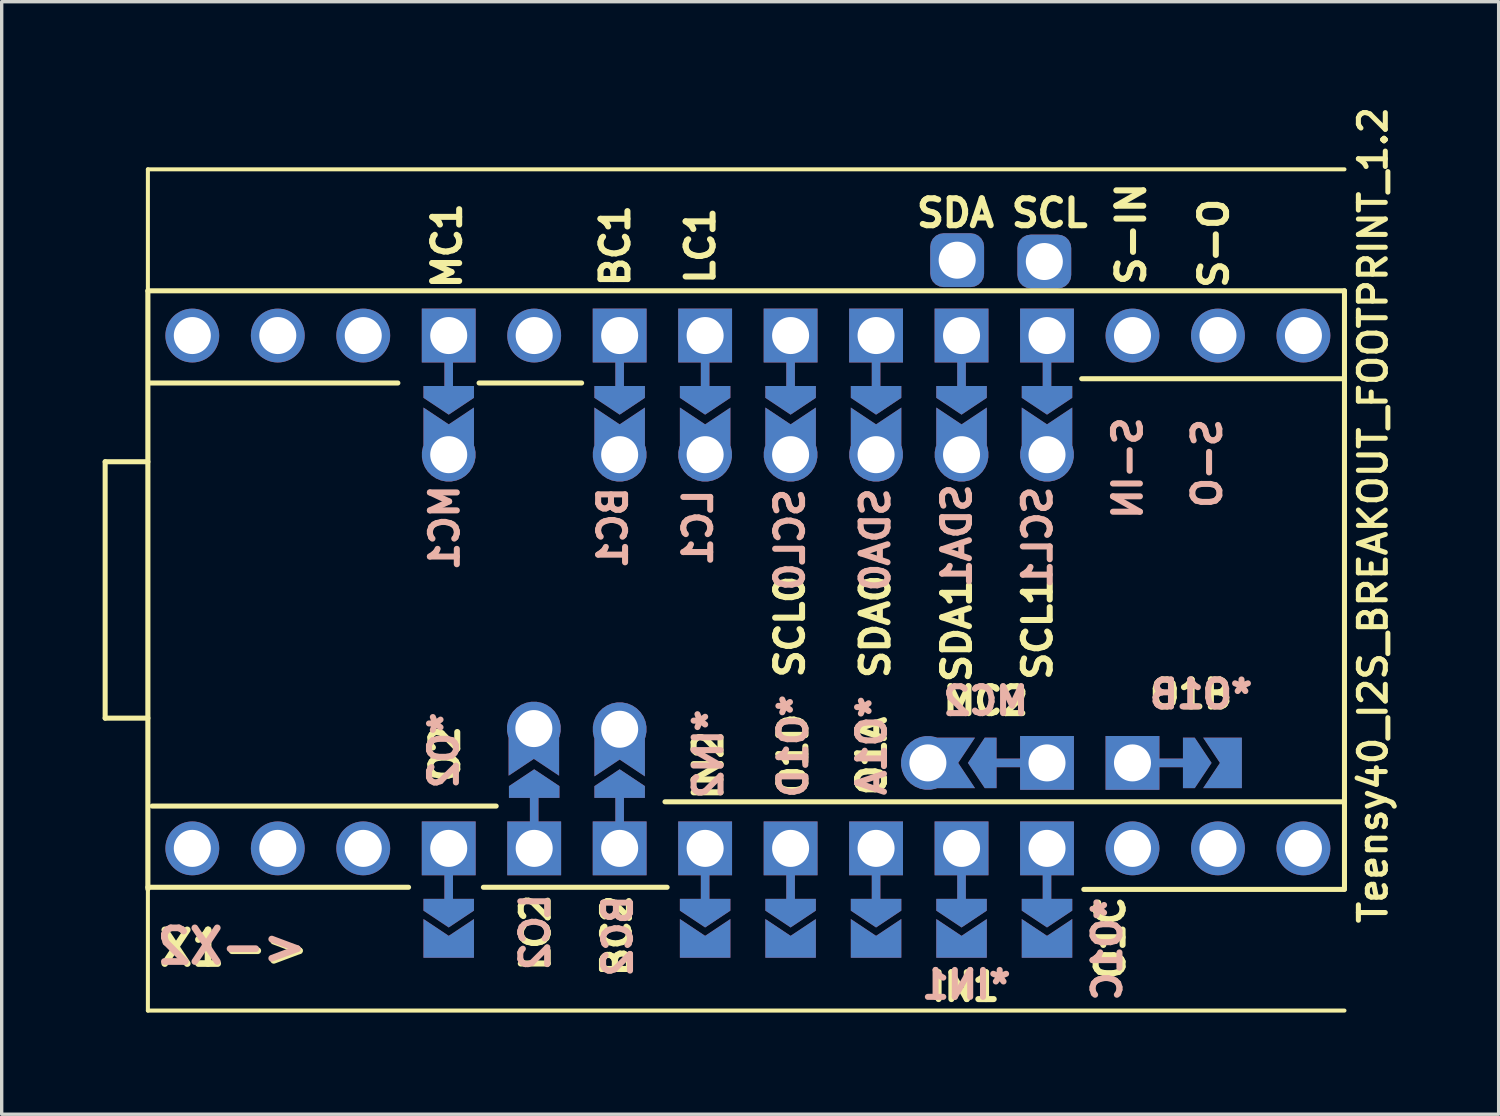
<source format=kicad_pcb>
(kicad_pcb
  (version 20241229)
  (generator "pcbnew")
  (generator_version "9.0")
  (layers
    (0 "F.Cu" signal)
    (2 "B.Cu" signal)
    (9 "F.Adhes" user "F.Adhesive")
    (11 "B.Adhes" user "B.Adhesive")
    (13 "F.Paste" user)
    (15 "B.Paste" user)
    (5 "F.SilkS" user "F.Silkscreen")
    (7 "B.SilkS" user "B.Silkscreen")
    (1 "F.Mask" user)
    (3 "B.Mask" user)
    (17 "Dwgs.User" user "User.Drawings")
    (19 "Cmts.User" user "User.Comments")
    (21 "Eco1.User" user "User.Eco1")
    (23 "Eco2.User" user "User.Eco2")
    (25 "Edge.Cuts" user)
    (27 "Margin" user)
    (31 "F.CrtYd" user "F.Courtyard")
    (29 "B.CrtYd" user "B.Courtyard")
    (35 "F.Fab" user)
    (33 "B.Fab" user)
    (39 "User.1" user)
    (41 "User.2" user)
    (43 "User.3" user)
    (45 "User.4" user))
  (footprint "Teensy40_I2S_BREAKOUT_FOOTPRINT_1.2"
    (layer "F.Cu")
    (at 1.345 1.982)
    (property "Reference" "Teensy40_I2S_BREAKOUT_FOOTPRINT_1.2" (at 36.411 10.277 270) (layer "F.SilkS") (effects (font (size 0.8 0.8) (thickness 0.15))))
    (attr through_hole)
    (fp_poly (pts (xy 8.255 6.54) (xy 9.652 6.604) (xy 9.652 7.62) (xy 8.255 7.556)) (stroke (width 0.1) (type solid)) (fill yes) (layer "F.Mask"))
    (fp_poly (pts (xy 9.629 23.33) (xy 8.232 23.33) (xy 8.232 21.86) (xy 9.629 21.86)) (stroke (width 0.1) (type solid)) (fill yes) (layer "F.Mask"))
    (fp_poly (pts (xy 10.763 17.13) (xy 12.16 17.193) (xy 12.16 18.59) (xy 10.763 18.526)) (stroke (width 0.1) (type solid)) (fill yes) (layer "F.Mask"))
    (fp_poly (pts (xy 13.323 6.506) (xy 14.72 6.57) (xy 14.72 7.967) (xy 13.323 7.904)) (stroke (width 0.1) (type solid)) (fill yes) (layer "F.Mask"))
    (fp_poly (pts (xy 13.323 17.189) (xy 14.72 17.253) (xy 14.72 18.65) (xy 13.323 18.587)) (stroke (width 0.1) (type solid)) (fill yes) (layer "F.Mask"))
    (fp_poly (pts (xy 15.87 6.53) (xy 17.267 6.593) (xy 17.267 7.99) (xy 15.87 7.927)) (stroke (width 0.1) (type solid)) (fill yes) (layer "F.Mask"))
    (fp_poly (pts (xy 17.268 23.35) (xy 15.871 23.35) (xy 15.882 21.76) (xy 17.279 21.76)) (stroke (width 0.1) (type solid)) (fill yes) (layer "F.Mask"))
    (fp_poly (pts (xy 18.403 6.516) (xy 19.8 6.58) (xy 19.8 7.977) (xy 18.403 7.913)) (stroke (width 0.1) (type solid)) (fill yes) (layer "F.Mask"))
    (fp_poly (pts (xy 19.819 23.32) (xy 18.422 23.32) (xy 18.422 21.75) (xy 19.819 21.75)) (stroke (width 0.1) (type solid)) (fill yes) (layer "F.Mask"))
    (fp_poly (pts (xy 20.933 6.506) (xy 22.33 6.57) (xy 22.33 7.967) (xy 20.933 7.904)) (stroke (width 0.1) (type solid)) (fill yes) (layer "F.Mask"))
    (fp_poly (pts (xy 22.338 23.34) (xy 20.942 23.34) (xy 20.962 21.76) (xy 22.358 21.76)) (stroke (width 0.1) (type solid)) (fill yes) (layer "F.Mask"))
    (fp_poly (pts (xy 23.48 6.5) (xy 24.877 6.564) (xy 24.877 7.96) (xy 23.48 7.897)) (stroke (width 0.1) (type solid)) (fill yes) (layer "F.Mask"))
    (fp_poly (pts (xy 24.869 23.37) (xy 23.471 23.37) (xy 23.491 21.73) (xy 24.889 21.73)) (stroke (width 0.1) (type solid)) (fill yes) (layer "F.Mask"))
    (fp_poly (pts (xy 25.2 16.95) (xy 25.137 18.347) (xy 23.739 18.347) (xy 23.803 16.95)) (stroke (width 0.1) (type solid)) (fill yes) (layer "F.Mask"))
    (fp_poly (pts (xy 26.02 6.5) (xy 27.417 6.564) (xy 27.417 7.96) (xy 26.02 7.897)) (stroke (width 0.1) (type solid)) (fill yes) (layer "F.Mask"))
    (fp_poly (pts (xy 27.396 23.332) (xy 25.999 23.332) (xy 25.999 21.76) (xy 27.396 21.76)) (stroke (width 0.1) (type solid)) (fill yes) (layer "F.Mask"))
    (fp_poly (pts (xy 32.31 16.963) (xy 32.247 18.36) (xy 30.85 18.36) (xy 30.913 16.963)) (stroke (width 0.1) (type solid)) (fill yes) (layer "F.Mask"))
    (fp_poly (pts (xy 8.319 6.54) (xy 9.652 6.54) (xy 9.652 7.62) (xy 8.255 7.556)) (stroke (width 0.1) (type solid)) (fill yes) (layer "B.Mask"))
    (fp_poly (pts (xy 9.629 23.32) (xy 8.232 23.32) (xy 8.222 21.74) (xy 9.618 21.74)) (stroke (width 0.1) (type solid)) (fill yes) (layer "B.Mask"))
    (fp_poly (pts (xy 10.803 17.14) (xy 12.2 17.203) (xy 12.2 18.6) (xy 10.803 18.537)) (stroke (width 0.1) (type solid)) (fill yes) (layer "B.Mask"))
    (fp_poly (pts (xy 13.32 6.49) (xy 14.717 6.553) (xy 14.717 7.95) (xy 13.32 7.887)) (stroke (width 0.1) (type solid)) (fill yes) (layer "B.Mask"))
    (fp_poly (pts (xy 13.333 17.14) (xy 14.73 17.203) (xy 14.73 18.6) (xy 13.333 18.537)) (stroke (width 0.1) (type solid)) (fill yes) (layer "B.Mask"))
    (fp_poly (pts (xy 15.87 6.49) (xy 17.267 6.553) (xy 17.267 7.95) (xy 15.87 7.887)) (stroke (width 0.1) (type solid)) (fill yes) (layer "B.Mask"))
    (fp_poly (pts (xy 17.259 23.37) (xy 15.861 23.37) (xy 15.871 21.75) (xy 17.268 21.75)) (stroke (width 0.1) (type solid)) (fill yes) (layer "B.Mask"))
    (fp_poly (pts (xy 18.403 6.476) (xy 19.8 6.54) (xy 19.8 7.937) (xy 18.403 7.873)) (stroke (width 0.1) (type solid)) (fill yes) (layer "B.Mask"))
    (fp_poly (pts (xy 19.799 23.33) (xy 18.401 23.33) (xy 18.381 21.73) (xy 19.779 21.73)) (stroke (width 0.1) (type solid)) (fill yes) (layer "B.Mask"))
    (fp_poly (pts (xy 20.953 6.506) (xy 22.35 6.57) (xy 22.35 7.967) (xy 20.953 7.904)) (stroke (width 0.1) (type solid)) (fill yes) (layer "B.Mask"))
    (fp_poly (pts (xy 22.338 23.34) (xy 20.942 23.34) (xy 20.962 21.74) (xy 22.358 21.74)) (stroke (width 0.1) (type solid)) (fill yes) (layer "B.Mask"))
    (fp_poly (pts (xy 23.49 6.48) (xy 24.887 6.543) (xy 24.887 7.941) (xy 23.49 7.877)) (stroke (width 0.1) (type solid)) (fill yes) (layer "B.Mask"))
    (fp_poly (pts (xy 24.869 23.35) (xy 23.471 23.35) (xy 23.491 21.73) (xy 24.889 21.73)) (stroke (width 0.1) (type solid)) (fill yes) (layer "B.Mask"))
    (fp_poly (pts (xy 25.14 16.95) (xy 25.076 18.347) (xy 23.68 18.347) (xy 23.743 16.95)) (stroke (width 0.1) (type solid)) (fill yes) (layer "B.Mask"))
    (fp_poly (pts (xy 26.01 6.5) (xy 27.407 6.564) (xy 27.407 7.96) (xy 26.01 7.897)) (stroke (width 0.1) (type solid)) (fill yes) (layer "B.Mask"))
    (fp_poly (pts (xy 27.419 23.32) (xy 26.021 23.32) (xy 26.021 21.74) (xy 27.419 21.74)) (stroke (width 0.1) (type solid)) (fill yes) (layer "B.Mask"))
    (fp_poly (pts (xy 32.367 16.94) (xy 32.303 18.337) (xy 30.907 18.337) (xy 30.97 16.94)) (stroke (width 0.1) (type solid)) (fill yes) (layer "B.Mask"))
    (fp_line (start -1.27 8.69) (end 0 8.69) (stroke (width 0.15) (type solid)) (layer "F.SilkS"))
    (fp_line (start -1.27 16.31) (end -1.27 8.69) (stroke (width 0.15) (type solid)) (layer "F.SilkS"))
    (fp_line (start 0 0) (end 0 25) (stroke (width 0.12) (type solid)) (layer "F.SilkS"))
    (fp_line (start 0 0) (end 35.56 0) (stroke (width 0.12) (type solid)) (layer "F.SilkS"))
    (fp_line (start 0 3.61) (end 0 21.39) (stroke (width 0.15) (type solid)) (layer "F.SilkS"))
    (fp_line (start 0 16.31) (end -1.27 16.31) (stroke (width 0.15) (type solid)) (layer "F.SilkS"))
    (fp_line (start 0 21.336) (end 7.747 21.336) (stroke (width 0.15) (type solid)) (layer "F.SilkS"))
    (fp_line (start 0 25) (end 35.56 25) (stroke (width 0.12) (type solid)) (layer "F.SilkS"))
    (fp_line (start 0.064 6.35) (end 7.429 6.35) (stroke (width 0.15) (type solid)) (layer "F.SilkS"))
    (fp_line (start 0.127 18.923) (end 10.351 18.923) (stroke (width 0.15) (type solid)) (layer "F.SilkS"))
    (fp_line (start 9.842 6.35) (end 12.89 6.35) (stroke (width 0.15) (type solid)) (layer "F.SilkS"))
    (fp_line (start 9.97 21.336) (end 15.431 21.336) (stroke (width 0.15) (type solid)) (layer "F.SilkS"))
    (fp_line (start 15.367 18.796) (end 35.56 18.796) (stroke (width 0.15) (type solid)) (layer "F.SilkS"))
    (fp_line (start 27.75 6.223) (end 35.56 6.223) (stroke (width 0.15) (type solid)) (layer "F.SilkS"))
    (fp_line (start 27.813 21.399) (end 35.56 21.399) (stroke (width 0.15) (type solid)) (layer "F.SilkS"))
    (fp_line (start 35.56 3.61) (end 0 3.61) (stroke (width 0.15) (type solid)) (layer "F.SilkS"))
    (fp_line (start 35.56 21.39) (end 35.56 3.61) (stroke (width 0.15) (type solid)) (layer "F.SilkS"))
    (fp_text user "LC1" (at 16.42 2.27 90) (layer "F.SilkS") (effects (font (size 0.8 0.8) (thickness 0.18))))
    (fp_text user "SCL1" (at 26.44 13.66 90) (layer "F.SilkS") (effects (font (size 0.8 0.8) (thickness 0.18))))
    (fp_text user "LC2" (at 11.521 22.687 90) (layer "F.SilkS") (effects (font (size 0.8 0.8) (thickness 0.18))))
    (fp_text user "BC1" (at 13.89 2.27 90) (layer "F.SilkS") (effects (font (size 0.8 0.8) (thickness 0.18))))
    (fp_text user "IN1" (at 24.298 24.298 180) (layer "F.SilkS") (effects (font (size 0.8 0.8) (thickness 0.18))))
    (fp_text user "SDA" (at 24 1.3 0) (layer "F.SilkS") (effects (font (size 0.8 0.8) (thickness 0.18))))
    (fp_text user "MC2" (at 24.9 15.8 0) (layer "F.SilkS") (effects (font (size 0.8 0.8) (thickness 0.18))))
    (fp_text user "BC2" (at 13.934 22.774 90) (layer "F.SilkS") (effects (font (size 0.8 0.8) (thickness 0.18))))
    (fp_text user "SDA1" (at 24.04 13.71 90) (layer "F.SilkS") (effects (font (size 0.8 0.8) (thickness 0.18))))
    (fp_text user "SCL0" (at 19.08 13.59 90) (layer "F.SilkS") (effects (font (size 0.8 0.8) (thickness 0.18))))
    (fp_text user "O1D" (at 19.177 17.399 90) (layer "F.SilkS") (effects (font (size 0.8 0.8) (thickness 0.18))))
    (fp_text user "SDA0" (at 21.62 13.59 90) (layer "F.SilkS") (effects (font (size 0.8 0.8) (thickness 0.18))))
    (fp_text user "O1A" (at 21.514 17.435 90) (layer "F.SilkS") (effects (font (size 0.8 0.8) (thickness 0.18))))
    (fp_text user "O1C" (at 28.605 22.84 90) (layer "F.SilkS") (effects (font (size 0.8 0.8) (thickness 0.18))))
    (fp_text user "S-O" (at 31.68 2.2 90) (layer "F.SilkS") (effects (font (size 0.8 0.8) (thickness 0.18))))
    (fp_text user "O2" (at 8.833 17.37 90) (layer "F.SilkS") (effects (font (size 0.8 0.8) (thickness 0.18))))
    (fp_text user "O1B" (at 31 15.6 0) (layer "F.SilkS") (effects (font (size 0.8 0.8) (thickness 0.18))))
    (fp_text user "X1->" (at 2.55 23.15 0) (layer "F.SilkS") (effects (font (size 1 1) (thickness 0.2))))
    (fp_text user "IN2" (at 16.657 17.714 90) (layer "F.SilkS") (effects (font (size 0.8 0.8) (thickness 0.18))))
    (fp_text user "S-IN" (at 29.22 1.92 90) (layer "F.SilkS") (effects (font (size 0.8 0.8) (thickness 0.18))))
    (fp_text user "MC1" (at 8.89 2.27 90) (layer "F.SilkS") (effects (font (size 0.8 0.8) (thickness 0.18))))
    (fp_text user "SCL" (at 26.8 1.3 0) (layer "F.SilkS") (effects (font (size 0.8 0.8) (thickness 0.18))))
    (fp_text user "<-X2" (at 2.49 23.09 0) (layer "B.SilkS") (effects (font (size 1 1) (thickness 0.2)) (justify mirror)))
    (fp_text user "*O1A" (at 21.514 17.125 90) (layer "B.SilkS") (effects (font (size 0.8 0.8) (thickness 0.18)) (justify mirror)))
    (fp_text user "S-IN" (at 29.12 8.88 90) (layer "B.SilkS") (effects (font (size 0.8 0.8) (thickness 0.18)) (justify mirror)))
    (fp_text user "LC1" (at 16.35 10.65 90) (layer "B.SilkS") (effects (font (size 0.8 0.8) (thickness 0.18)) (justify mirror)))
    (fp_text user "SDA1" (at 24.04 10.89 90) (layer "B.SilkS") (effects (font (size 0.8 0.8) (thickness 0.18)) (justify mirror)))
    (fp_text user "LC2" (at 11.506 22.667 90) (layer "B.SilkS") (effects (font (size 0.8 0.8) (thickness 0.18)) (justify mirror)))
    (fp_text user "SCL0" (at 19.08 11.01 90) (layer "B.SilkS") (effects (font (size 0.8 0.8) (thickness 0.18)) (justify mirror)))
    (fp_text user "SCL1" (at 26.44 10.94 90) (layer "B.SilkS") (effects (font (size 0.8 0.8) (thickness 0.18)) (justify mirror)))
    (fp_text user "BC2" (at 13.967 22.784 90) (layer "B.SilkS") (effects (font (size 0.8 0.8) (thickness 0.18)) (justify mirror)))
    (fp_text user "*O1C" (at 28.512 23.177 90) (layer "B.SilkS") (effects (font (size 0.8 0.8) (thickness 0.18)) (justify mirror)))
    (fp_text user "*O1B" (at 31.3 15.6 0) (unlocked yes) (layer "B.SilkS") (effects (font (size 0.8 0.8) (thickness 0.18)) (justify mirror)))
    (fp_text user "*IN2" (at 16.657 17.374 90) (unlocked yes) (layer "B.SilkS") (effects (font (size 0.8 0.8) (thickness 0.18)) (justify mirror)))
    (fp_text user "MC1" (at 8.82 10.65 90) (layer "B.SilkS") (effects (font (size 0.8 0.8) (thickness 0.18)) (justify mirror)))
    (fp_text user "BC1" (at 13.82 10.65 90) (layer "B.SilkS") (effects (font (size 0.8 0.8) (thickness 0.18)) (justify mirror)))
    (fp_text user "SDA0" (at 21.62 11.01 90) (layer "B.SilkS") (effects (font (size 0.8 0.8) (thickness 0.18)) (justify mirror)))
    (fp_text user "*IN1" (at 24.323 24.232 0) (unlocked yes) (layer "B.SilkS") (effects (font (size 0.8 0.8) (thickness 0.18)) (justify mirror)))
    (fp_text user "*O1D" (at 19.177 17.145 90) (layer "B.SilkS") (effects (font (size 0.8 0.8) (thickness 0.18)) (justify mirror)))
    (fp_text user "S-O" (at 31.48 8.74 90) (layer "B.SilkS") (effects (font (size 0.8 0.8) (thickness 0.18)) (justify mirror)))
    (fp_text user "*O2" (at 8.793 17.268 90) (layer "B.SilkS") (effects (font (size 0.8 0.8) (thickness 0.18)) (justify mirror)))
    (fp_text user "MC2" (at 24.9 15.8 0) (unlocked yes) (layer "B.SilkS") (effects (font (size 0.8 0.8) (thickness 0.18)) (justify mirror)))
    (pad "1" thru_hole circle (at 1.32 20.18) (size 1.6 1.6) (drill 1.1) (layers "*.Cu" "*.Mask"))
    (pad "2" thru_hole circle (at 3.86 20.18) (size 1.6 1.6) (drill 1.1) (layers "*.Cu" "*.Mask"))
    (pad "3" thru_hole circle (at 6.4 20.18 90) (size 1.6 1.6) (drill 1.1) (layers "*.Cu" "*.Mask"))
    (pad "4" thru_hole custom (at 8.94 20.18 90) (size 1.6 1.6) (drill 1.1) (layers "*.Cu" "*.Mask") (options (anchor rect)) (primitives (gr_poly (pts (xy -1.85 -0.75) (xy -1.5 -0.75) (xy -1.5 0.75) (xy -1.85 0.75) (xy -2.35 0)) (width 0) (fill yes)) (gr_line (start 0 0) (end -2 0) (width 0.254))))
    (pad "5" thru_hole custom (at 11.48 20.18 270) (size 1.6 1.6) (drill 1.1) (layers "*.Cu" "*.Mask") (options (anchor rect)) (primitives (gr_poly (pts (xy -1.85 -0.75) (xy -1.5 -0.75) (xy -1.5 0.75) (xy -1.85 0.75) (xy -2.35 0)) (width 0) (fill yes)) (gr_line (start 0 0) (end -2 0) (width 0.254))))
    (pad "6" thru_hole custom (at 14.02 20.18 270) (size 1.6 1.6) (drill 1.1) (layers "*.Cu" "*.Mask") (options (anchor rect)) (primitives (gr_poly (pts (xy -1.85 -0.75) (xy -1.5 -0.75) (xy -1.5 0.75) (xy -1.85 0.75) (xy -2.35 0)) (width 0) (fill yes)) (gr_line (start 0 0) (end -2 0) (width 0.254))))
    (pad "7" thru_hole custom (at 16.56 20.18 90) (size 1.6 1.6) (drill 1.1) (layers "*.Cu" "*.Mask") (options (anchor rect)) (primitives (gr_poly (pts (xy -1.85 -0.75) (xy -1.5 -0.75) (xy -1.5 0.75) (xy -1.85 0.75) (xy -2.35 0)) (width 0) (fill yes)) (gr_line (start 0 0) (end -2 0) (width 0.254))))
    (pad "8" thru_hole custom (at 19.1 20.18 90) (size 1.6 1.6) (drill 1.1) (layers "*.Cu" "*.Mask") (options (anchor rect)) (primitives (gr_poly (pts (xy -1.85 -0.75) (xy -1.5 -0.75) (xy -1.5 0.75) (xy -1.85 0.75) (xy -2.35 0)) (width 0) (fill yes)) (gr_line (start 0 0) (end -2 0) (width 0.254))))
    (pad "9" thru_hole custom (at 21.64 20.18 90) (size 1.6 1.6) (drill 1.1) (layers "*.Cu" "*.Mask") (options (anchor rect)) (primitives (gr_poly (pts (xy -1.85 -0.75) (xy -1.5 -0.75) (xy -1.5 0.75) (xy -1.85 0.75) (xy -2.35 0)) (width 0) (fill yes)) (gr_line (start 0 0) (end -2 0) (width 0.254))))
    (pad "10" thru_hole custom (at 24.18 20.18 90) (size 1.6 1.6) (drill 1.1) (layers "*.Cu" "*.Mask") (options (anchor rect)) (primitives (gr_poly (pts (xy -1.85 -0.75) (xy -1.5 -0.75) (xy -1.5 0.75) (xy -1.85 0.75) (xy -2.35 0)) (width 0) (fill yes)) (gr_line (start 0 0) (end -2 0) (width 0.254))))
    (pad "11" thru_hole custom (at 26.72 20.18 90) (size 1.6 1.6) (drill 1.1) (layers "*.Cu" "*.Mask") (options (anchor rect)) (primitives (gr_poly (pts (xy -1.85 -0.75) (xy -1.5 -0.75) (xy -1.5 0.75) (xy -1.85 0.75) (xy -2.35 0)) (width 0) (fill yes)) (gr_line (start 0 0) (end -2 0) (width 0.254))))
    (pad "12" thru_hole circle (at 29.26 20.18) (size 1.6 1.6) (drill 1.1) (layers "*.Cu" "*.Mask"))
    (pad "13" thru_hole circle (at 31.8 20.18) (size 1.6 1.6) (drill 1.1) (layers "*.Cu" "*.Mask"))
    (pad "14" thru_hole circle (at 34.34 20.18) (size 1.6 1.6) (drill 1.1) (layers "*.Cu" "*.Mask"))
    (pad "20" thru_hole circle (at 34.34 4.94) (size 1.6 1.6) (drill 1.1) (layers "*.Cu" "*.Mask"))
    (pad "21" thru_hole circle (at 31.8 4.94) (size 1.6 1.6) (drill 1.1) (layers "*.Cu" "*.Mask"))
    (pad "22" thru_hole circle (at 29.26 4.94) (size 1.6 1.6) (drill 1.1) (layers "*.Cu" "*.Mask"))
    (pad "23" thru_hole custom (at 26.72 4.94 90) (size 1.6 1.6) (drill 1.1) (layers "*.Cu" "*.Mask") (options (anchor rect)) (primitives (gr_poly (pts (xy -1.85 -0.75) (xy -1.5 -0.75) (xy -1.5 0.75) (xy -1.85 0.75) (xy -2.35 0)) (width 0) (fill yes)) (gr_line (start 0 0) (end -2 0) (width 0.254))))
    (pad "24" thru_hole custom (at 24.18 4.94 90) (size 1.6 1.6) (drill 1.1) (layers "*.Cu" "*.Mask") (options (anchor rect)) (primitives (gr_poly (pts (xy -1.85 -0.75) (xy -1.5 -0.75) (xy -1.5 0.75) (xy -1.85 0.75) (xy -2.35 0)) (width 0) (fill yes)) (gr_line (start 0 0) (end -2 0) (width 0.254))))
    (pad "25" thru_hole custom (at 21.64 4.94 90) (size 1.6 1.6) (drill 1.1) (layers "*.Cu" "*.Mask") (options (anchor rect)) (primitives (gr_poly (pts (xy -1.85 -0.75) (xy -1.5 -0.75) (xy -1.5 0.75) (xy -1.85 0.75) (xy -2.35 0)) (width 0) (fill yes)) (gr_line (start 0 0) (end -2 0) (width 0.254))))
    (pad "26" thru_hole custom (at 19.1 4.94 90) (size 1.6 1.6) (drill 1.1) (layers "*.Cu" "*.Mask") (options (anchor rect)) (primitives (gr_poly (pts (xy -1.85 -0.75) (xy -1.5 -0.75) (xy -1.5 0.75) (xy -1.85 0.75) (xy -2.35 0)) (width 0) (fill yes)) (gr_line (start 0 0) (end -2 0) (width 0.254))))
    (pad "27" thru_hole custom (at 16.56 4.94 90) (size 1.6 1.6) (drill 1.1) (layers "*.Cu" "*.Mask") (options (anchor rect)) (primitives (gr_poly (pts (xy -1.85 -0.75) (xy -1.5 -0.75) (xy -1.5 0.75) (xy -1.85 0.75) (xy -2.35 0)) (width 0) (fill yes)) (gr_line (start 0 0) (end -2 0) (width 0.254))))
    (pad "28" thru_hole custom (at 14.02 4.94 90) (size 1.6 1.6) (drill 1.1) (layers "*.Cu" "*.Mask") (options (anchor rect)) (primitives (gr_poly (pts (xy -1.85 -0.75) (xy -1.5 -0.75) (xy -1.5 0.75) (xy -1.85 0.75) (xy -2.35 0)) (width 0) (fill yes)) (gr_line (start 0 0) (end -2 0) (width 0.254))))
    (pad "29" thru_hole circle (at 11.48 4.94) (size 1.6 1.6) (drill 1.1) (layers "*.Cu" "*.Mask"))
    (pad "30" thru_hole custom (at 8.94 4.94 90) (size 1.6 1.6) (drill 1.1) (layers "*.Cu" "*.Mask") (options (anchor rect)) (primitives (gr_poly (pts (xy -1.85 -0.75) (xy -1.5 -0.75) (xy -1.5 0.75) (xy -1.85 0.75) (xy -2.35 0)) (width 0) (fill yes)) (gr_line (start 0 0) (end -2 0) (width 0.254))))
    (pad "31" thru_hole circle (at 6.4 4.94) (size 1.6 1.6) (drill 1.1) (layers "*.Cu" "*.Mask"))
    (pad "32" thru_hole circle (at 3.86 4.94) (size 1.6 1.6) (drill 1.1) (layers "*.Cu" "*.Mask"))
    (pad "33" thru_hole circle (at 1.32 4.94) (size 1.6 1.6) (drill 1.1) (layers "*.Cu" "*.Mask"))
    (pad "43" thru_hole custom (at 29.26 17.64 180) (size 1.6 1.6) (drill 1.1) (layers "*.Cu" "*.Mask") (options (anchor rect)) (primitives (gr_poly (pts (xy -1.85 -0.75) (xy -1.5 -0.75) (xy -1.5 0.75) (xy -1.85 0.75) (xy -2.35 0)) (width 0) (fill yes)) (gr_line (start 0 0) (end -2 0) (width 0.254))))
    (pad "44" thru_hole custom (at 26.72 17.64) (size 1.6 1.6) (drill 1.1) (layers "*.Cu" "*.Mask") (options (anchor rect)) (primitives (gr_poly (pts (xy -1.85 -0.75) (xy -1.5 -0.75) (xy -1.5 0.75) (xy -1.85 0.75) (xy -2.35 0)) (width 0) (fill yes)) (gr_line (start 0 0) (end -2 0) (width 0.254))))
    (pad "C1" thru_hole custom (at 21.64 8.48 270) (size 1.6 1.6) (drill 1.1) (layers "*.Cu" "*.Mask") (options (anchor circle)) (primitives (gr_poly (pts (xy -1.4 -0.75) (xy 0 -0.75) (xy 0 0.75) (xy -1.4 0.75) (xy -0.9 0)) (width 0) (fill yes))))
    (pad "C1" thru_hole roundrect (at 24.05 2.7) (size 1.6 1.6) (drill 1.1) (layers "*.Cu" "*.Mask") (roundrect_rratio 0.25))
    (pad "C1" thru_hole custom (at 24.18 8.48 270) (size 1.6 1.6) (drill 1.1) (layers "*.Cu" "*.Mask") (options (anchor circle)) (primitives (gr_poly (pts (xy -1.4 -0.75) (xy 0 -0.75) (xy 0 0.75) (xy -1.4 0.75) (xy -0.9 0)) (width 0) (fill yes))))
    (pad "C2" thru_hole custom (at 19.1 8.48 270) (size 1.6 1.6) (drill 1.1) (layers "*.Cu" "*.Mask") (options (anchor circle)) (primitives (gr_poly (pts (xy -1.4 -0.75) (xy 0 -0.75) (xy 0 0.75) (xy -1.4 0.75) (xy -0.9 0)) (width 0) (fill yes))))
    (pad "C2" thru_hole roundrect (at 26.64 2.74) (size 1.6 1.6) (drill 1.1) (layers "*.Cu" "*.Mask") (roundrect_rratio 0.25))
    (pad "C2" thru_hole custom (at 26.72 8.48 270) (size 1.6 1.6) (drill 1.1) (layers "*.Cu" "*.Mask") (options (anchor circle)) (primitives (gr_poly (pts (xy -1.4 -0.75) (xy 0 -0.75) (xy 0 0.75) (xy -1.4 0.75) (xy -0.9 0)) (width 0) (fill yes))))
    (pad "S1" thru_hole custom (at 8.94 8.48 270) (size 1.6 1.6) (drill 1.1) (layers "*.Cu" "*.Mask") (options (anchor circle)) (primitives (gr_poly (pts (xy -1.4 -0.75) (xy 0 -0.75) (xy 0 0.75) (xy -1.4 0.75) (xy -0.9 0)) (width 0) (fill yes))))
    (pad "S1" thru_hole custom (at 23.18 17.64 180) (size 1.6 1.6) (drill 1.1) (layers "*.Cu" "*.Mask") (options (anchor circle)) (primitives (gr_poly (pts (xy -1.4 -0.75) (xy 0 -0.75) (xy 0 0.75) (xy -1.4 0.75) (xy -0.9 0)) (width 0) (fill yes))))
    (pad "S2" thru_hole custom (at 11.47 16.62 90) (size 1.6 1.6) (drill 1.1) (layers "*.Cu" "*.Mask") (options (anchor circle)) (primitives (gr_poly (pts (xy -1.4 -0.75) (xy 0 -0.75) (xy 0 0.75) (xy -1.4 0.75) (xy -0.9 0)) (width 0) (fill yes))))
    (pad "S2" thru_hole custom (at 16.56 8.48 270) (size 1.6 1.6) (drill 1.1) (layers "*.Cu" "*.Mask") (options (anchor circle)) (primitives (gr_poly (pts (xy -1.4 -0.75) (xy 0 -0.75) (xy 0 0.75) (xy -1.4 0.75) (xy -0.9 0)) (width 0) (fill yes))))
    (pad "S3" thru_hole custom (at 14.02 8.48 270) (size 1.6 1.6) (drill 1.1) (layers "*.Cu" "*.Mask") (options (anchor circle)) (primitives (gr_poly (pts (xy -1.4 -0.75) (xy 0 -0.75) (xy 0 0.75) (xy -1.4 0.75) (xy -0.9 0)) (width 0) (fill yes))))
    (pad "S3" thru_hole custom (at 14.02 16.64 90) (size 1.6 1.6) (drill 1.1) (layers "*.Cu" "*.Mask") (options (anchor circle)) (primitives (gr_poly (pts (xy -1.4 -0.75) (xy 0 -0.75) (xy 0 0.75) (xy -1.4 0.75) (xy -0.9 0)) (width 0) (fill yes))))
    (pad "X1" smd custom (at 8.94 23.18 270) (size 0.5 0.5) (layers "F.Cu" "F.Mask") (options (anchor rect)) (primitives (gr_poly (pts (xy -0.9 -0.75) (xy 0.25 -0.75) (xy 0.25 0.75) (xy -0.9 0.75) (xy -0.4 0)) (width 0) (fill yes))))
    (pad "X1" smd custom (at 16.56 23.18 270) (size 0.5 1.5) (layers "F.Cu" "F.Mask") (options (anchor rect)) (primitives (gr_poly (pts (xy -0.9 -0.75) (xy 0.25 -0.75) (xy 0.25 0.75) (xy -0.9 0.75) (xy -0.4 0)) (width 0) (fill yes))))
    (pad "X1" smd custom (at 19.1 23.18 270) (size 0.5 1.5) (layers "F.Cu" "F.Mask") (options (anchor rect)) (primitives (gr_poly (pts (xy -0.9 -0.75) (xy 0.25 -0.75) (xy 0.25 0.75) (xy -0.9 0.75) (xy -0.4 0)) (width 0) (fill yes))))
    (pad "X1" smd custom (at 21.64 23.18 270) (size 0.5 1.5) (layers "F.Cu" "F.Mask") (options (anchor rect)) (primitives (gr_poly (pts (xy -0.9 -0.75) (xy 0.25 -0.75) (xy 0.25 0.75) (xy -0.9 0.75) (xy -0.4 0)) (width 0) (fill yes))))
    (pad "X1" smd custom (at 24.18 23.18 270) (size 0.5 1.5) (layers "F.Cu" "F.Mask") (options (anchor rect)) (primitives (gr_poly (pts (xy -0.9 -0.75) (xy 0.25 -0.75) (xy 0.25 0.75) (xy -0.9 0.75) (xy -0.4 0)) (width 0) (fill yes))))
    (pad "X1" smd custom (at 26.72 23.18 270) (size 0.5 1.5) (layers "F.Cu" "F.Mask") (options (anchor rect)) (primitives (gr_poly (pts (xy -0.9 -0.75) (xy 0.25 -0.75) (xy 0.25 0.75) (xy -0.9 0.75) (xy -0.4 0)) (width 0) (fill yes))))
    (pad "X1" smd custom (at 32.26 17.64) (size 0.5 1.5) (layers "F.Cu" "F.Mask") (options (anchor rect)) (primitives (gr_poly (pts (xy -0.9 -0.75) (xy 0.25 -0.75) (xy 0.25 0.75) (xy -0.9 0.75) (xy -0.4 0)) (width 0) (fill yes))))
    (pad "X2" smd custom (at 8.94 23.18 270) (size 0.5 1.5) (layers "B.Cu" "B.Mask") (options (anchor rect)) (primitives (gr_poly (pts (xy -0.9 -0.75) (xy 0.25 -0.75) (xy 0.25 0.75) (xy -0.9 0.75) (xy -0.4 0)) (width 0) (fill yes))))
    (pad "X2" smd custom (at 16.56 23.18 270) (size 0.5 1.5) (layers "B.Cu" "B.Mask") (options (anchor rect)) (primitives (gr_poly (pts (xy -0.9 -0.75) (xy 0.25 -0.75) (xy 0.25 0.75) (xy -0.9 0.75) (xy -0.4 0)) (width 0) (fill yes))))
    (pad "X2" smd custom (at 19.1 23.18 270) (size 0.5 1.5) (layers "B.Cu" "B.Mask") (options (anchor rect)) (primitives (gr_poly (pts (xy -0.9 -0.75) (xy 0.25 -0.75) (xy 0.25 0.75) (xy -0.9 0.75) (xy -0.4 0)) (width 0) (fill yes))))
    (pad "X2" smd custom (at 21.64 23.18 270) (size 0.5 1.5) (layers "B.Cu" "B.Mask") (options (anchor rect)) (primitives (gr_poly (pts (xy -0.9 -0.75) (xy 0.25 -0.75) (xy 0.25 0.75) (xy -0.9 0.75) (xy -0.4 0)) (width 0) (fill yes))))
    (pad "X2" smd custom (at 24.18 23.18 270) (size 0.5 1.5) (layers "B.Cu" "B.Mask") (options (anchor rect)) (primitives (gr_poly (pts (xy -0.9 -0.75) (xy 0.25 -0.75) (xy 0.25 0.75) (xy -0.9 0.75) (xy -0.4 0)) (width 0) (fill yes))))
    (pad "X2" smd custom (at 26.72 23.18 270) (size 0.5 1.5) (layers "B.Cu" "B.Mask") (options (anchor rect)) (primitives (gr_poly (pts (xy -0.9 -0.75) (xy 0.25 -0.75) (xy 0.25 0.75) (xy -0.9 0.75) (xy -0.4 0)) (width 0) (fill yes))))
    (pad "X2" smd custom (at 32.26 17.64) (size 0.5 1.5) (layers "B.Cu" "B.Mask") (options (anchor rect)) (primitives (gr_poly (pts (xy -0.9 -0.75) (xy 0.25 -0.75) (xy 0.25 0.75) (xy -0.9 0.75) (xy -0.4 0)) (width 0) (fill yes)))))
  (gr_rect
    (start -3 -3)
    (end 41.487 30.063)
    (stroke (width 0.1) (type default))
    (fill no)
    (layer "Edge.Cuts")))
</source>
